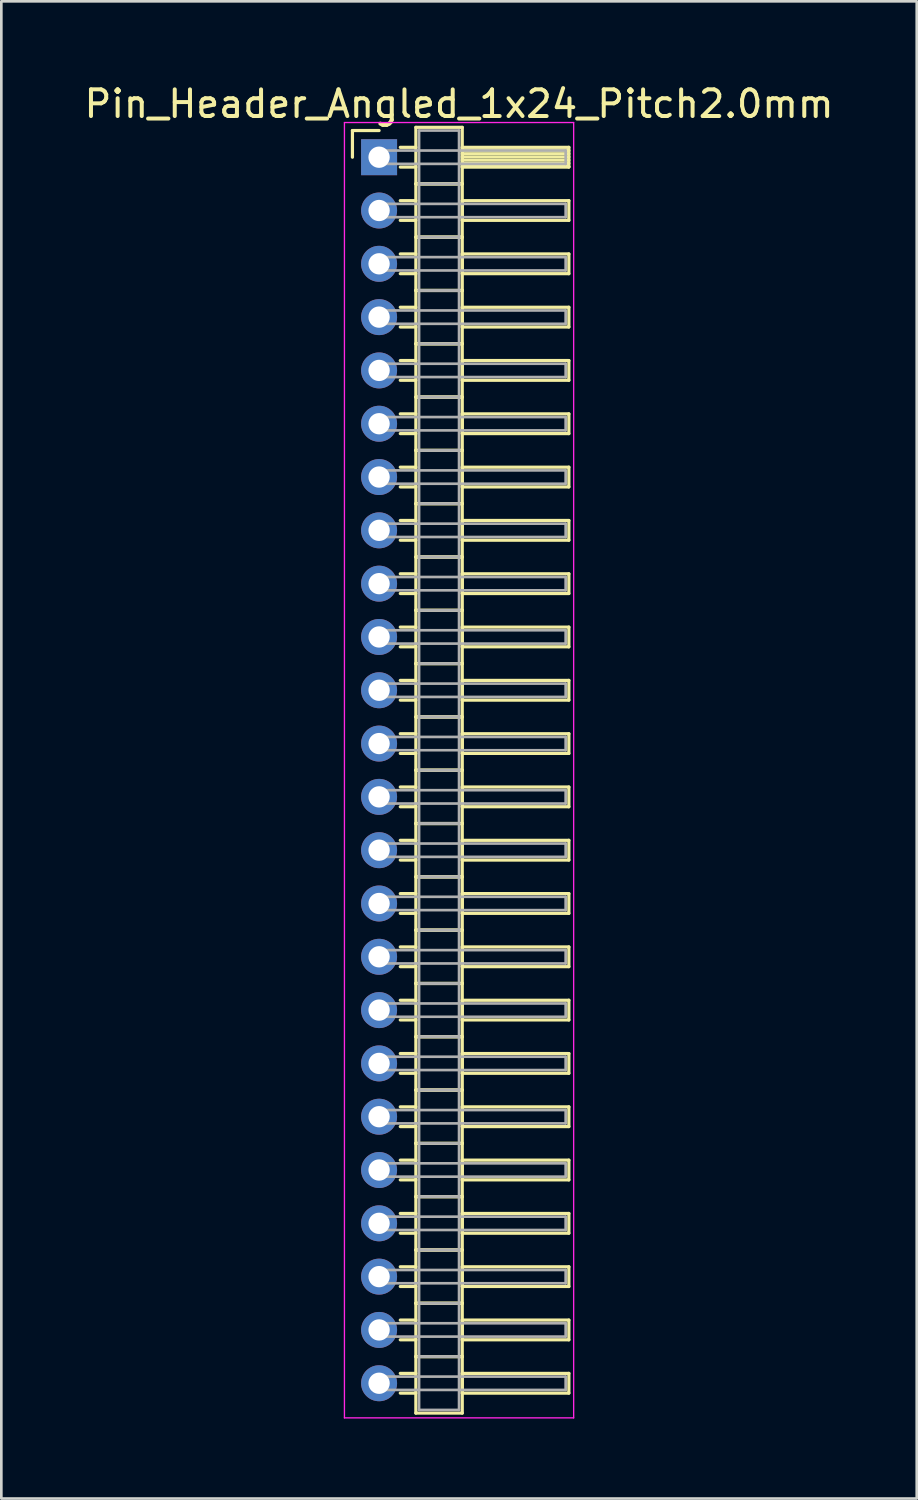
<source format=kicad_pcb>
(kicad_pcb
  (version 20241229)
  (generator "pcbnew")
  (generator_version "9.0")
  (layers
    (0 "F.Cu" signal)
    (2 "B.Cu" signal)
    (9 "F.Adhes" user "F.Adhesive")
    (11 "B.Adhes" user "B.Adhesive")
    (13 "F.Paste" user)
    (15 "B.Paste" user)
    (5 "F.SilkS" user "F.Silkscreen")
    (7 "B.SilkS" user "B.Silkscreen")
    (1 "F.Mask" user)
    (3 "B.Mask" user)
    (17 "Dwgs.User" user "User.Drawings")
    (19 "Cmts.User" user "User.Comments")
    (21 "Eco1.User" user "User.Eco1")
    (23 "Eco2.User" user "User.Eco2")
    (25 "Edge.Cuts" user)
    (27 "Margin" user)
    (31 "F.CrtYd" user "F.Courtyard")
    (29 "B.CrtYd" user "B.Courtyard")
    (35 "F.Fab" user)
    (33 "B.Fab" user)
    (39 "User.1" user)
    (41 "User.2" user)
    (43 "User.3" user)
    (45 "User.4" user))
  (footprint "Pin_Header_Angled_1x24_Pitch2.0mm"
    (layer "F.Cu")
    (at 11.173 2.848)
    (property "Reference" "Pin_Header_Angled_1x24_Pitch2.0mm" (at 3 -2 0) (layer "F.SilkS") (effects (font (size 1 1) (thickness 0.15))))
    (attr through_hole)
    (fp_line (start -1 -1) (end 0 -1) (stroke (width 0.12) (type solid)) (layer "F.SilkS"))
    (fp_line (start -1 0) (end -1 -1) (stroke (width 0.12) (type solid)) (layer "F.SilkS"))
    (fp_line (start 0.795 -0.37) (end 1.38 -0.37) (stroke (width 0.12) (type solid)) (layer "F.SilkS"))
    (fp_line (start 0.795 0.37) (end 1.38 0.37) (stroke (width 0.12) (type solid)) (layer "F.SilkS"))
    (fp_line (start 0.795 1.63) (end 1.38 1.63) (stroke (width 0.12) (type solid)) (layer "F.SilkS"))
    (fp_line (start 0.795 2.37) (end 1.38 2.37) (stroke (width 0.12) (type solid)) (layer "F.SilkS"))
    (fp_line (start 0.795 3.63) (end 1.38 3.63) (stroke (width 0.12) (type solid)) (layer "F.SilkS"))
    (fp_line (start 0.795 4.37) (end 1.38 4.37) (stroke (width 0.12) (type solid)) (layer "F.SilkS"))
    (fp_line (start 0.795 5.63) (end 1.38 5.63) (stroke (width 0.12) (type solid)) (layer "F.SilkS"))
    (fp_line (start 0.795 6.37) (end 1.38 6.37) (stroke (width 0.12) (type solid)) (layer "F.SilkS"))
    (fp_line (start 0.795 7.63) (end 1.38 7.63) (stroke (width 0.12) (type solid)) (layer "F.SilkS"))
    (fp_line (start 0.795 8.37) (end 1.38 8.37) (stroke (width 0.12) (type solid)) (layer "F.SilkS"))
    (fp_line (start 0.795 9.63) (end 1.38 9.63) (stroke (width 0.12) (type solid)) (layer "F.SilkS"))
    (fp_line (start 0.795 10.37) (end 1.38 10.37) (stroke (width 0.12) (type solid)) (layer "F.SilkS"))
    (fp_line (start 0.795 11.63) (end 1.38 11.63) (stroke (width 0.12) (type solid)) (layer "F.SilkS"))
    (fp_line (start 0.795 12.37) (end 1.38 12.37) (stroke (width 0.12) (type solid)) (layer "F.SilkS"))
    (fp_line (start 0.795 13.63) (end 1.38 13.63) (stroke (width 0.12) (type solid)) (layer "F.SilkS"))
    (fp_line (start 0.795 14.37) (end 1.38 14.37) (stroke (width 0.12) (type solid)) (layer "F.SilkS"))
    (fp_line (start 0.795 15.63) (end 1.38 15.63) (stroke (width 0.12) (type solid)) (layer "F.SilkS"))
    (fp_line (start 0.795 16.37) (end 1.38 16.37) (stroke (width 0.12) (type solid)) (layer "F.SilkS"))
    (fp_line (start 0.795 17.63) (end 1.38 17.63) (stroke (width 0.12) (type solid)) (layer "F.SilkS"))
    (fp_line (start 0.795 18.37) (end 1.38 18.37) (stroke (width 0.12) (type solid)) (layer "F.SilkS"))
    (fp_line (start 0.795 19.63) (end 1.38 19.63) (stroke (width 0.12) (type solid)) (layer "F.SilkS"))
    (fp_line (start 0.795 20.37) (end 1.38 20.37) (stroke (width 0.12) (type solid)) (layer "F.SilkS"))
    (fp_line (start 0.795 21.63) (end 1.38 21.63) (stroke (width 0.12) (type solid)) (layer "F.SilkS"))
    (fp_line (start 0.795 22.37) (end 1.38 22.37) (stroke (width 0.12) (type solid)) (layer "F.SilkS"))
    (fp_line (start 0.795 23.63) (end 1.38 23.63) (stroke (width 0.12) (type solid)) (layer "F.SilkS"))
    (fp_line (start 0.795 24.37) (end 1.38 24.37) (stroke (width 0.12) (type solid)) (layer "F.SilkS"))
    (fp_line (start 0.795 25.63) (end 1.38 25.63) (stroke (width 0.12) (type solid)) (layer "F.SilkS"))
    (fp_line (start 0.795 26.37) (end 1.38 26.37) (stroke (width 0.12) (type solid)) (layer "F.SilkS"))
    (fp_line (start 0.795 27.63) (end 1.38 27.63) (stroke (width 0.12) (type solid)) (layer "F.SilkS"))
    (fp_line (start 0.795 28.37) (end 1.38 28.37) (stroke (width 0.12) (type solid)) (layer "F.SilkS"))
    (fp_line (start 0.795 29.63) (end 1.38 29.63) (stroke (width 0.12) (type solid)) (layer "F.SilkS"))
    (fp_line (start 0.795 30.37) (end 1.38 30.37) (stroke (width 0.12) (type solid)) (layer "F.SilkS"))
    (fp_line (start 0.795 31.63) (end 1.38 31.63) (stroke (width 0.12) (type solid)) (layer "F.SilkS"))
    (fp_line (start 0.795 32.37) (end 1.38 32.37) (stroke (width 0.12) (type solid)) (layer "F.SilkS"))
    (fp_line (start 0.795 33.63) (end 1.38 33.63) (stroke (width 0.12) (type solid)) (layer "F.SilkS"))
    (fp_line (start 0.795 34.37) (end 1.38 34.37) (stroke (width 0.12) (type solid)) (layer "F.SilkS"))
    (fp_line (start 0.795 35.63) (end 1.38 35.63) (stroke (width 0.12) (type solid)) (layer "F.SilkS"))
    (fp_line (start 0.795 36.37) (end 1.38 36.37) (stroke (width 0.12) (type solid)) (layer "F.SilkS"))
    (fp_line (start 0.795 37.63) (end 1.38 37.63) (stroke (width 0.12) (type solid)) (layer "F.SilkS"))
    (fp_line (start 0.795 38.37) (end 1.38 38.37) (stroke (width 0.12) (type solid)) (layer "F.SilkS"))
    (fp_line (start 0.795 39.63) (end 1.38 39.63) (stroke (width 0.12) (type solid)) (layer "F.SilkS"))
    (fp_line (start 0.795 40.37) (end 1.38 40.37) (stroke (width 0.12) (type solid)) (layer "F.SilkS"))
    (fp_line (start 0.795 41.63) (end 1.38 41.63) (stroke (width 0.12) (type solid)) (layer "F.SilkS"))
    (fp_line (start 0.795 42.37) (end 1.38 42.37) (stroke (width 0.12) (type solid)) (layer "F.SilkS"))
    (fp_line (start 0.795 43.63) (end 1.38 43.63) (stroke (width 0.12) (type solid)) (layer "F.SilkS"))
    (fp_line (start 0.795 44.37) (end 1.38 44.37) (stroke (width 0.12) (type solid)) (layer "F.SilkS"))
    (fp_line (start 0.795 45.63) (end 1.38 45.63) (stroke (width 0.12) (type solid)) (layer "F.SilkS"))
    (fp_line (start 0.795 46.37) (end 1.38 46.37) (stroke (width 0.12) (type solid)) (layer "F.SilkS"))
    (fp_line (start 1.38 -1.12) (end 1.38 1) (stroke (width 0.12) (type solid)) (layer "F.SilkS"))
    (fp_line (start 1.38 1) (end 1.38 3) (stroke (width 0.12) (type solid)) (layer "F.SilkS"))
    (fp_line (start 1.38 1) (end 3.12 1) (stroke (width 0.12) (type solid)) (layer "F.SilkS"))
    (fp_line (start 1.38 3) (end 1.38 5) (stroke (width 0.12) (type solid)) (layer "F.SilkS"))
    (fp_line (start 1.38 3) (end 3.12 3) (stroke (width 0.12) (type solid)) (layer "F.SilkS"))
    (fp_line (start 1.38 5) (end 1.38 7) (stroke (width 0.12) (type solid)) (layer "F.SilkS"))
    (fp_line (start 1.38 5) (end 3.12 5) (stroke (width 0.12) (type solid)) (layer "F.SilkS"))
    (fp_line (start 1.38 7) (end 1.38 9) (stroke (width 0.12) (type solid)) (layer "F.SilkS"))
    (fp_line (start 1.38 7) (end 3.12 7) (stroke (width 0.12) (type solid)) (layer "F.SilkS"))
    (fp_line (start 1.38 9) (end 1.38 11) (stroke (width 0.12) (type solid)) (layer "F.SilkS"))
    (fp_line (start 1.38 9) (end 3.12 9) (stroke (width 0.12) (type solid)) (layer "F.SilkS"))
    (fp_line (start 1.38 11) (end 1.38 13) (stroke (width 0.12) (type solid)) (layer "F.SilkS"))
    (fp_line (start 1.38 11) (end 3.12 11) (stroke (width 0.12) (type solid)) (layer "F.SilkS"))
    (fp_line (start 1.38 13) (end 1.38 15) (stroke (width 0.12) (type solid)) (layer "F.SilkS"))
    (fp_line (start 1.38 13) (end 3.12 13) (stroke (width 0.12) (type solid)) (layer "F.SilkS"))
    (fp_line (start 1.38 15) (end 1.38 17) (stroke (width 0.12) (type solid)) (layer "F.SilkS"))
    (fp_line (start 1.38 15) (end 3.12 15) (stroke (width 0.12) (type solid)) (layer "F.SilkS"))
    (fp_line (start 1.38 17) (end 1.38 19) (stroke (width 0.12) (type solid)) (layer "F.SilkS"))
    (fp_line (start 1.38 17) (end 3.12 17) (stroke (width 0.12) (type solid)) (layer "F.SilkS"))
    (fp_line (start 1.38 19) (end 1.38 21) (stroke (width 0.12) (type solid)) (layer "F.SilkS"))
    (fp_line (start 1.38 19) (end 3.12 19) (stroke (width 0.12) (type solid)) (layer "F.SilkS"))
    (fp_line (start 1.38 21) (end 1.38 23) (stroke (width 0.12) (type solid)) (layer "F.SilkS"))
    (fp_line (start 1.38 21) (end 3.12 21) (stroke (width 0.12) (type solid)) (layer "F.SilkS"))
    (fp_line (start 1.38 23) (end 1.38 25) (stroke (width 0.12) (type solid)) (layer "F.SilkS"))
    (fp_line (start 1.38 23) (end 3.12 23) (stroke (width 0.12) (type solid)) (layer "F.SilkS"))
    (fp_line (start 1.38 25) (end 1.38 27) (stroke (width 0.12) (type solid)) (layer "F.SilkS"))
    (fp_line (start 1.38 25) (end 3.12 25) (stroke (width 0.12) (type solid)) (layer "F.SilkS"))
    (fp_line (start 1.38 27) (end 1.38 29) (stroke (width 0.12) (type solid)) (layer "F.SilkS"))
    (fp_line (start 1.38 27) (end 3.12 27) (stroke (width 0.12) (type solid)) (layer "F.SilkS"))
    (fp_line (start 1.38 29) (end 1.38 31) (stroke (width 0.12) (type solid)) (layer "F.SilkS"))
    (fp_line (start 1.38 29) (end 3.12 29) (stroke (width 0.12) (type solid)) (layer "F.SilkS"))
    (fp_line (start 1.38 31) (end 1.38 33) (stroke (width 0.12) (type solid)) (layer "F.SilkS"))
    (fp_line (start 1.38 31) (end 3.12 31) (stroke (width 0.12) (type solid)) (layer "F.SilkS"))
    (fp_line (start 1.38 33) (end 1.38 35) (stroke (width 0.12) (type solid)) (layer "F.SilkS"))
    (fp_line (start 1.38 33) (end 3.12 33) (stroke (width 0.12) (type solid)) (layer "F.SilkS"))
    (fp_line (start 1.38 35) (end 1.38 37) (stroke (width 0.12) (type solid)) (layer "F.SilkS"))
    (fp_line (start 1.38 35) (end 3.12 35) (stroke (width 0.12) (type solid)) (layer "F.SilkS"))
    (fp_line (start 1.38 37) (end 1.38 39) (stroke (width 0.12) (type solid)) (layer "F.SilkS"))
    (fp_line (start 1.38 37) (end 3.12 37) (stroke (width 0.12) (type solid)) (layer "F.SilkS"))
    (fp_line (start 1.38 39) (end 1.38 41) (stroke (width 0.12) (type solid)) (layer "F.SilkS"))
    (fp_line (start 1.38 39) (end 3.12 39) (stroke (width 0.12) (type solid)) (layer "F.SilkS"))
    (fp_line (start 1.38 41) (end 1.38 43) (stroke (width 0.12) (type solid)) (layer "F.SilkS"))
    (fp_line (start 1.38 41) (end 3.12 41) (stroke (width 0.12) (type solid)) (layer "F.SilkS"))
    (fp_line (start 1.38 43) (end 1.38 45) (stroke (width 0.12) (type solid)) (layer "F.SilkS"))
    (fp_line (start 1.38 43) (end 3.12 43) (stroke (width 0.12) (type solid)) (layer "F.SilkS"))
    (fp_line (start 1.38 45) (end 1.38 47.12) (stroke (width 0.12) (type solid)) (layer "F.SilkS"))
    (fp_line (start 1.38 45) (end 3.12 45) (stroke (width 0.12) (type solid)) (layer "F.SilkS"))
    (fp_line (start 1.38 47.12) (end 3.12 47.12) (stroke (width 0.12) (type solid)) (layer "F.SilkS"))
    (fp_line (start 3.12 -1.12) (end 1.38 -1.12) (stroke (width 0.12) (type solid)) (layer "F.SilkS"))
    (fp_line (start 3.12 -0.37) (end 3.12 0.37) (stroke (width 0.12) (type solid)) (layer "F.SilkS"))
    (fp_line (start 3.12 -0.25) (end 7.12 -0.25) (stroke (width 0.12) (type solid)) (layer "F.SilkS"))
    (fp_line (start 3.12 -0.13) (end 7.12 -0.13) (stroke (width 0.12) (type solid)) (layer "F.SilkS"))
    (fp_line (start 3.12 -0.01) (end 7.12 -0.01) (stroke (width 0.12) (type solid)) (layer "F.SilkS"))
    (fp_line (start 3.12 0.11) (end 7.12 0.11) (stroke (width 0.12) (type solid)) (layer "F.SilkS"))
    (fp_line (start 3.12 0.23) (end 7.12 0.23) (stroke (width 0.12) (type solid)) (layer "F.SilkS"))
    (fp_line (start 3.12 0.35) (end 7.12 0.35) (stroke (width 0.12) (type solid)) (layer "F.SilkS"))
    (fp_line (start 3.12 0.37) (end 7.12 0.37) (stroke (width 0.12) (type solid)) (layer "F.SilkS"))
    (fp_line (start 3.12 1) (end 1.38 1) (stroke (width 0.12) (type solid)) (layer "F.SilkS"))
    (fp_line (start 3.12 1) (end 3.12 -1.12) (stroke (width 0.12) (type solid)) (layer "F.SilkS"))
    (fp_line (start 3.12 1.63) (end 3.12 2.37) (stroke (width 0.12) (type solid)) (layer "F.SilkS"))
    (fp_line (start 3.12 2.37) (end 7.12 2.37) (stroke (width 0.12) (type solid)) (layer "F.SilkS"))
    (fp_line (start 3.12 3) (end 1.38 3) (stroke (width 0.12) (type solid)) (layer "F.SilkS"))
    (fp_line (start 3.12 3) (end 3.12 1) (stroke (width 0.12) (type solid)) (layer "F.SilkS"))
    (fp_line (start 3.12 3.63) (end 3.12 4.37) (stroke (width 0.12) (type solid)) (layer "F.SilkS"))
    (fp_line (start 3.12 4.37) (end 7.12 4.37) (stroke (width 0.12) (type solid)) (layer "F.SilkS"))
    (fp_line (start 3.12 5) (end 1.38 5) (stroke (width 0.12) (type solid)) (layer "F.SilkS"))
    (fp_line (start 3.12 5) (end 3.12 3) (stroke (width 0.12) (type solid)) (layer "F.SilkS"))
    (fp_line (start 3.12 5.63) (end 3.12 6.37) (stroke (width 0.12) (type solid)) (layer "F.SilkS"))
    (fp_line (start 3.12 6.37) (end 7.12 6.37) (stroke (width 0.12) (type solid)) (layer "F.SilkS"))
    (fp_line (start 3.12 7) (end 1.38 7) (stroke (width 0.12) (type solid)) (layer "F.SilkS"))
    (fp_line (start 3.12 7) (end 3.12 5) (stroke (width 0.12) (type solid)) (layer "F.SilkS"))
    (fp_line (start 3.12 7.63) (end 3.12 8.37) (stroke (width 0.12) (type solid)) (layer "F.SilkS"))
    (fp_line (start 3.12 8.37) (end 7.12 8.37) (stroke (width 0.12) (type solid)) (layer "F.SilkS"))
    (fp_line (start 3.12 9) (end 1.38 9) (stroke (width 0.12) (type solid)) (layer "F.SilkS"))
    (fp_line (start 3.12 9) (end 3.12 7) (stroke (width 0.12) (type solid)) (layer "F.SilkS"))
    (fp_line (start 3.12 9.63) (end 3.12 10.37) (stroke (width 0.12) (type solid)) (layer "F.SilkS"))
    (fp_line (start 3.12 10.37) (end 7.12 10.37) (stroke (width 0.12) (type solid)) (layer "F.SilkS"))
    (fp_line (start 3.12 11) (end 1.38 11) (stroke (width 0.12) (type solid)) (layer "F.SilkS"))
    (fp_line (start 3.12 11) (end 3.12 9) (stroke (width 0.12) (type solid)) (layer "F.SilkS"))
    (fp_line (start 3.12 11.63) (end 3.12 12.37) (stroke (width 0.12) (type solid)) (layer "F.SilkS"))
    (fp_line (start 3.12 12.37) (end 7.12 12.37) (stroke (width 0.12) (type solid)) (layer "F.SilkS"))
    (fp_line (start 3.12 13) (end 1.38 13) (stroke (width 0.12) (type solid)) (layer "F.SilkS"))
    (fp_line (start 3.12 13) (end 3.12 11) (stroke (width 0.12) (type solid)) (layer "F.SilkS"))
    (fp_line (start 3.12 13.63) (end 3.12 14.37) (stroke (width 0.12) (type solid)) (layer "F.SilkS"))
    (fp_line (start 3.12 14.37) (end 7.12 14.37) (stroke (width 0.12) (type solid)) (layer "F.SilkS"))
    (fp_line (start 3.12 15) (end 1.38 15) (stroke (width 0.12) (type solid)) (layer "F.SilkS"))
    (fp_line (start 3.12 15) (end 3.12 13) (stroke (width 0.12) (type solid)) (layer "F.SilkS"))
    (fp_line (start 3.12 15.63) (end 3.12 16.37) (stroke (width 0.12) (type solid)) (layer "F.SilkS"))
    (fp_line (start 3.12 16.37) (end 7.12 16.37) (stroke (width 0.12) (type solid)) (layer "F.SilkS"))
    (fp_line (start 3.12 17) (end 1.38 17) (stroke (width 0.12) (type solid)) (layer "F.SilkS"))
    (fp_line (start 3.12 17) (end 3.12 15) (stroke (width 0.12) (type solid)) (layer "F.SilkS"))
    (fp_line (start 3.12 17.63) (end 3.12 18.37) (stroke (width 0.12) (type solid)) (layer "F.SilkS"))
    (fp_line (start 3.12 18.37) (end 7.12 18.37) (stroke (width 0.12) (type solid)) (layer "F.SilkS"))
    (fp_line (start 3.12 19) (end 1.38 19) (stroke (width 0.12) (type solid)) (layer "F.SilkS"))
    (fp_line (start 3.12 19) (end 3.12 17) (stroke (width 0.12) (type solid)) (layer "F.SilkS"))
    (fp_line (start 3.12 19.63) (end 3.12 20.37) (stroke (width 0.12) (type solid)) (layer "F.SilkS"))
    (fp_line (start 3.12 20.37) (end 7.12 20.37) (stroke (width 0.12) (type solid)) (layer "F.SilkS"))
    (fp_line (start 3.12 21) (end 1.38 21) (stroke (width 0.12) (type solid)) (layer "F.SilkS"))
    (fp_line (start 3.12 21) (end 3.12 19) (stroke (width 0.12) (type solid)) (layer "F.SilkS"))
    (fp_line (start 3.12 21.63) (end 3.12 22.37) (stroke (width 0.12) (type solid)) (layer "F.SilkS"))
    (fp_line (start 3.12 22.37) (end 7.12 22.37) (stroke (width 0.12) (type solid)) (layer "F.SilkS"))
    (fp_line (start 3.12 23) (end 1.38 23) (stroke (width 0.12) (type solid)) (layer "F.SilkS"))
    (fp_line (start 3.12 23) (end 3.12 21) (stroke (width 0.12) (type solid)) (layer "F.SilkS"))
    (fp_line (start 3.12 23.63) (end 3.12 24.37) (stroke (width 0.12) (type solid)) (layer "F.SilkS"))
    (fp_line (start 3.12 24.37) (end 7.12 24.37) (stroke (width 0.12) (type solid)) (layer "F.SilkS"))
    (fp_line (start 3.12 25) (end 1.38 25) (stroke (width 0.12) (type solid)) (layer "F.SilkS"))
    (fp_line (start 3.12 25) (end 3.12 23) (stroke (width 0.12) (type solid)) (layer "F.SilkS"))
    (fp_line (start 3.12 25.63) (end 3.12 26.37) (stroke (width 0.12) (type solid)) (layer "F.SilkS"))
    (fp_line (start 3.12 26.37) (end 7.12 26.37) (stroke (width 0.12) (type solid)) (layer "F.SilkS"))
    (fp_line (start 3.12 27) (end 1.38 27) (stroke (width 0.12) (type solid)) (layer "F.SilkS"))
    (fp_line (start 3.12 27) (end 3.12 25) (stroke (width 0.12) (type solid)) (layer "F.SilkS"))
    (fp_line (start 3.12 27.63) (end 3.12 28.37) (stroke (width 0.12) (type solid)) (layer "F.SilkS"))
    (fp_line (start 3.12 28.37) (end 7.12 28.37) (stroke (width 0.12) (type solid)) (layer "F.SilkS"))
    (fp_line (start 3.12 29) (end 1.38 29) (stroke (width 0.12) (type solid)) (layer "F.SilkS"))
    (fp_line (start 3.12 29) (end 3.12 27) (stroke (width 0.12) (type solid)) (layer "F.SilkS"))
    (fp_line (start 3.12 29.63) (end 3.12 30.37) (stroke (width 0.12) (type solid)) (layer "F.SilkS"))
    (fp_line (start 3.12 30.37) (end 7.12 30.37) (stroke (width 0.12) (type solid)) (layer "F.SilkS"))
    (fp_line (start 3.12 31) (end 1.38 31) (stroke (width 0.12) (type solid)) (layer "F.SilkS"))
    (fp_line (start 3.12 31) (end 3.12 29) (stroke (width 0.12) (type solid)) (layer "F.SilkS"))
    (fp_line (start 3.12 31.63) (end 3.12 32.37) (stroke (width 0.12) (type solid)) (layer "F.SilkS"))
    (fp_line (start 3.12 32.37) (end 7.12 32.37) (stroke (width 0.12) (type solid)) (layer "F.SilkS"))
    (fp_line (start 3.12 33) (end 1.38 33) (stroke (width 0.12) (type solid)) (layer "F.SilkS"))
    (fp_line (start 3.12 33) (end 3.12 31) (stroke (width 0.12) (type solid)) (layer "F.SilkS"))
    (fp_line (start 3.12 33.63) (end 3.12 34.37) (stroke (width 0.12) (type solid)) (layer "F.SilkS"))
    (fp_line (start 3.12 34.37) (end 7.12 34.37) (stroke (width 0.12) (type solid)) (layer "F.SilkS"))
    (fp_line (start 3.12 35) (end 1.38 35) (stroke (width 0.12) (type solid)) (layer "F.SilkS"))
    (fp_line (start 3.12 35) (end 3.12 33) (stroke (width 0.12) (type solid)) (layer "F.SilkS"))
    (fp_line (start 3.12 35.63) (end 3.12 36.37) (stroke (width 0.12) (type solid)) (layer "F.SilkS"))
    (fp_line (start 3.12 36.37) (end 7.12 36.37) (stroke (width 0.12) (type solid)) (layer "F.SilkS"))
    (fp_line (start 3.12 37) (end 1.38 37) (stroke (width 0.12) (type solid)) (layer "F.SilkS"))
    (fp_line (start 3.12 37) (end 3.12 35) (stroke (width 0.12) (type solid)) (layer "F.SilkS"))
    (fp_line (start 3.12 37.63) (end 3.12 38.37) (stroke (width 0.12) (type solid)) (layer "F.SilkS"))
    (fp_line (start 3.12 38.37) (end 7.12 38.37) (stroke (width 0.12) (type solid)) (layer "F.SilkS"))
    (fp_line (start 3.12 39) (end 1.38 39) (stroke (width 0.12) (type solid)) (layer "F.SilkS"))
    (fp_line (start 3.12 39) (end 3.12 37) (stroke (width 0.12) (type solid)) (layer "F.SilkS"))
    (fp_line (start 3.12 39.63) (end 3.12 40.37) (stroke (width 0.12) (type solid)) (layer "F.SilkS"))
    (fp_line (start 3.12 40.37) (end 7.12 40.37) (stroke (width 0.12) (type solid)) (layer "F.SilkS"))
    (fp_line (start 3.12 41) (end 1.38 41) (stroke (width 0.12) (type solid)) (layer "F.SilkS"))
    (fp_line (start 3.12 41) (end 3.12 39) (stroke (width 0.12) (type solid)) (layer "F.SilkS"))
    (fp_line (start 3.12 41.63) (end 3.12 42.37) (stroke (width 0.12) (type solid)) (layer "F.SilkS"))
    (fp_line (start 3.12 42.37) (end 7.12 42.37) (stroke (width 0.12) (type solid)) (layer "F.SilkS"))
    (fp_line (start 3.12 43) (end 1.38 43) (stroke (width 0.12) (type solid)) (layer "F.SilkS"))
    (fp_line (start 3.12 43) (end 3.12 41) (stroke (width 0.12) (type solid)) (layer "F.SilkS"))
    (fp_line (start 3.12 43.63) (end 3.12 44.37) (stroke (width 0.12) (type solid)) (layer "F.SilkS"))
    (fp_line (start 3.12 44.37) (end 7.12 44.37) (stroke (width 0.12) (type solid)) (layer "F.SilkS"))
    (fp_line (start 3.12 45) (end 1.38 45) (stroke (width 0.12) (type solid)) (layer "F.SilkS"))
    (fp_line (start 3.12 45) (end 3.12 43) (stroke (width 0.12) (type solid)) (layer "F.SilkS"))
    (fp_line (start 3.12 45.63) (end 3.12 46.37) (stroke (width 0.12) (type solid)) (layer "F.SilkS"))
    (fp_line (start 3.12 46.37) (end 7.12 46.37) (stroke (width 0.12) (type solid)) (layer "F.SilkS"))
    (fp_line (start 3.12 47.12) (end 3.12 45) (stroke (width 0.12) (type solid)) (layer "F.SilkS"))
    (fp_line (start 7.12 -0.37) (end 3.12 -0.37) (stroke (width 0.12) (type solid)) (layer "F.SilkS"))
    (fp_line (start 7.12 0.37) (end 7.12 -0.37) (stroke (width 0.12) (type solid)) (layer "F.SilkS"))
    (fp_line (start 7.12 1.63) (end 3.12 1.63) (stroke (width 0.12) (type solid)) (layer "F.SilkS"))
    (fp_line (start 7.12 2.37) (end 7.12 1.63) (stroke (width 0.12) (type solid)) (layer "F.SilkS"))
    (fp_line (start 7.12 3.63) (end 3.12 3.63) (stroke (width 0.12) (type solid)) (layer "F.SilkS"))
    (fp_line (start 7.12 4.37) (end 7.12 3.63) (stroke (width 0.12) (type solid)) (layer "F.SilkS"))
    (fp_line (start 7.12 5.63) (end 3.12 5.63) (stroke (width 0.12) (type solid)) (layer "F.SilkS"))
    (fp_line (start 7.12 6.37) (end 7.12 5.63) (stroke (width 0.12) (type solid)) (layer "F.SilkS"))
    (fp_line (start 7.12 7.63) (end 3.12 7.63) (stroke (width 0.12) (type solid)) (layer "F.SilkS"))
    (fp_line (start 7.12 8.37) (end 7.12 7.63) (stroke (width 0.12) (type solid)) (layer "F.SilkS"))
    (fp_line (start 7.12 9.63) (end 3.12 9.63) (stroke (width 0.12) (type solid)) (layer "F.SilkS"))
    (fp_line (start 7.12 10.37) (end 7.12 9.63) (stroke (width 0.12) (type solid)) (layer "F.SilkS"))
    (fp_line (start 7.12 11.63) (end 3.12 11.63) (stroke (width 0.12) (type solid)) (layer "F.SilkS"))
    (fp_line (start 7.12 12.37) (end 7.12 11.63) (stroke (width 0.12) (type solid)) (layer "F.SilkS"))
    (fp_line (start 7.12 13.63) (end 3.12 13.63) (stroke (width 0.12) (type solid)) (layer "F.SilkS"))
    (fp_line (start 7.12 14.37) (end 7.12 13.63) (stroke (width 0.12) (type solid)) (layer "F.SilkS"))
    (fp_line (start 7.12 15.63) (end 3.12 15.63) (stroke (width 0.12) (type solid)) (layer "F.SilkS"))
    (fp_line (start 7.12 16.37) (end 7.12 15.63) (stroke (width 0.12) (type solid)) (layer "F.SilkS"))
    (fp_line (start 7.12 17.63) (end 3.12 17.63) (stroke (width 0.12) (type solid)) (layer "F.SilkS"))
    (fp_line (start 7.12 18.37) (end 7.12 17.63) (stroke (width 0.12) (type solid)) (layer "F.SilkS"))
    (fp_line (start 7.12 19.63) (end 3.12 19.63) (stroke (width 0.12) (type solid)) (layer "F.SilkS"))
    (fp_line (start 7.12 20.37) (end 7.12 19.63) (stroke (width 0.12) (type solid)) (layer "F.SilkS"))
    (fp_line (start 7.12 21.63) (end 3.12 21.63) (stroke (width 0.12) (type solid)) (layer "F.SilkS"))
    (fp_line (start 7.12 22.37) (end 7.12 21.63) (stroke (width 0.12) (type solid)) (layer "F.SilkS"))
    (fp_line (start 7.12 23.63) (end 3.12 23.63) (stroke (width 0.12) (type solid)) (layer "F.SilkS"))
    (fp_line (start 7.12 24.37) (end 7.12 23.63) (stroke (width 0.12) (type solid)) (layer "F.SilkS"))
    (fp_line (start 7.12 25.63) (end 3.12 25.63) (stroke (width 0.12) (type solid)) (layer "F.SilkS"))
    (fp_line (start 7.12 26.37) (end 7.12 25.63) (stroke (width 0.12) (type solid)) (layer "F.SilkS"))
    (fp_line (start 7.12 27.63) (end 3.12 27.63) (stroke (width 0.12) (type solid)) (layer "F.SilkS"))
    (fp_line (start 7.12 28.37) (end 7.12 27.63) (stroke (width 0.12) (type solid)) (layer "F.SilkS"))
    (fp_line (start 7.12 29.63) (end 3.12 29.63) (stroke (width 0.12) (type solid)) (layer "F.SilkS"))
    (fp_line (start 7.12 30.37) (end 7.12 29.63) (stroke (width 0.12) (type solid)) (layer "F.SilkS"))
    (fp_line (start 7.12 31.63) (end 3.12 31.63) (stroke (width 0.12) (type solid)) (layer "F.SilkS"))
    (fp_line (start 7.12 32.37) (end 7.12 31.63) (stroke (width 0.12) (type solid)) (layer "F.SilkS"))
    (fp_line (start 7.12 33.63) (end 3.12 33.63) (stroke (width 0.12) (type solid)) (layer "F.SilkS"))
    (fp_line (start 7.12 34.37) (end 7.12 33.63) (stroke (width 0.12) (type solid)) (layer "F.SilkS"))
    (fp_line (start 7.12 35.63) (end 3.12 35.63) (stroke (width 0.12) (type solid)) (layer "F.SilkS"))
    (fp_line (start 7.12 36.37) (end 7.12 35.63) (stroke (width 0.12) (type solid)) (layer "F.SilkS"))
    (fp_line (start 7.12 37.63) (end 3.12 37.63) (stroke (width 0.12) (type solid)) (layer "F.SilkS"))
    (fp_line (start 7.12 38.37) (end 7.12 37.63) (stroke (width 0.12) (type solid)) (layer "F.SilkS"))
    (fp_line (start 7.12 39.63) (end 3.12 39.63) (stroke (width 0.12) (type solid)) (layer "F.SilkS"))
    (fp_line (start 7.12 40.37) (end 7.12 39.63) (stroke (width 0.12) (type solid)) (layer "F.SilkS"))
    (fp_line (start 7.12 41.63) (end 3.12 41.63) (stroke (width 0.12) (type solid)) (layer "F.SilkS"))
    (fp_line (start 7.12 42.37) (end 7.12 41.63) (stroke (width 0.12) (type solid)) (layer "F.SilkS"))
    (fp_line (start 7.12 43.63) (end 3.12 43.63) (stroke (width 0.12) (type solid)) (layer "F.SilkS"))
    (fp_line (start 7.12 44.37) (end 7.12 43.63) (stroke (width 0.12) (type solid)) (layer "F.SilkS"))
    (fp_line (start 7.12 45.63) (end 3.12 45.63) (stroke (width 0.12) (type solid)) (layer "F.SilkS"))
    (fp_line (start 7.12 46.37) (end 7.12 45.63) (stroke (width 0.12) (type solid)) (layer "F.SilkS"))
    (fp_line (start -1.3 -1.3) (end -1.3 47.3) (stroke (width 0.05) (type solid)) (layer "F.CrtYd"))
    (fp_line (start -1.3 47.3) (end 7.3 47.3) (stroke (width 0.05) (type solid)) (layer "F.CrtYd"))
    (fp_line (start 7.3 -1.3) (end -1.3 -1.3) (stroke (width 0.05) (type solid)) (layer "F.CrtYd"))
    (fp_line (start 7.3 47.3) (end 7.3 -1.3) (stroke (width 0.05) (type solid)) (layer "F.CrtYd"))
    (fp_line (start 0 -0.25) (end 0 0.25) (stroke (width 0.1) (type solid)) (layer "F.Fab"))
    (fp_line (start 0 0.25) (end 7 0.25) (stroke (width 0.1) (type solid)) (layer "F.Fab"))
    (fp_line (start 0 1.75) (end 0 2.25) (stroke (width 0.1) (type solid)) (layer "F.Fab"))
    (fp_line (start 0 2.25) (end 7 2.25) (stroke (width 0.1) (type solid)) (layer "F.Fab"))
    (fp_line (start 0 3.75) (end 0 4.25) (stroke (width 0.1) (type solid)) (layer "F.Fab"))
    (fp_line (start 0 4.25) (end 7 4.25) (stroke (width 0.1) (type solid)) (layer "F.Fab"))
    (fp_line (start 0 5.75) (end 0 6.25) (stroke (width 0.1) (type solid)) (layer "F.Fab"))
    (fp_line (start 0 6.25) (end 7 6.25) (stroke (width 0.1) (type solid)) (layer "F.Fab"))
    (fp_line (start 0 7.75) (end 0 8.25) (stroke (width 0.1) (type solid)) (layer "F.Fab"))
    (fp_line (start 0 8.25) (end 7 8.25) (stroke (width 0.1) (type solid)) (layer "F.Fab"))
    (fp_line (start 0 9.75) (end 0 10.25) (stroke (width 0.1) (type solid)) (layer "F.Fab"))
    (fp_line (start 0 10.25) (end 7 10.25) (stroke (width 0.1) (type solid)) (layer "F.Fab"))
    (fp_line (start 0 11.75) (end 0 12.25) (stroke (width 0.1) (type solid)) (layer "F.Fab"))
    (fp_line (start 0 12.25) (end 7 12.25) (stroke (width 0.1) (type solid)) (layer "F.Fab"))
    (fp_line (start 0 13.75) (end 0 14.25) (stroke (width 0.1) (type solid)) (layer "F.Fab"))
    (fp_line (start 0 14.25) (end 7 14.25) (stroke (width 0.1) (type solid)) (layer "F.Fab"))
    (fp_line (start 0 15.75) (end 0 16.25) (stroke (width 0.1) (type solid)) (layer "F.Fab"))
    (fp_line (start 0 16.25) (end 7 16.25) (stroke (width 0.1) (type solid)) (layer "F.Fab"))
    (fp_line (start 0 17.75) (end 0 18.25) (stroke (width 0.1) (type solid)) (layer "F.Fab"))
    (fp_line (start 0 18.25) (end 7 18.25) (stroke (width 0.1) (type solid)) (layer "F.Fab"))
    (fp_line (start 0 19.75) (end 0 20.25) (stroke (width 0.1) (type solid)) (layer "F.Fab"))
    (fp_line (start 0 20.25) (end 7 20.25) (stroke (width 0.1) (type solid)) (layer "F.Fab"))
    (fp_line (start 0 21.75) (end 0 22.25) (stroke (width 0.1) (type solid)) (layer "F.Fab"))
    (fp_line (start 0 22.25) (end 7 22.25) (stroke (width 0.1) (type solid)) (layer "F.Fab"))
    (fp_line (start 0 23.75) (end 0 24.25) (stroke (width 0.1) (type solid)) (layer "F.Fab"))
    (fp_line (start 0 24.25) (end 7 24.25) (stroke (width 0.1) (type solid)) (layer "F.Fab"))
    (fp_line (start 0 25.75) (end 0 26.25) (stroke (width 0.1) (type solid)) (layer "F.Fab"))
    (fp_line (start 0 26.25) (end 7 26.25) (stroke (width 0.1) (type solid)) (layer "F.Fab"))
    (fp_line (start 0 27.75) (end 0 28.25) (stroke (width 0.1) (type solid)) (layer "F.Fab"))
    (fp_line (start 0 28.25) (end 7 28.25) (stroke (width 0.1) (type solid)) (layer "F.Fab"))
    (fp_line (start 0 29.75) (end 0 30.25) (stroke (width 0.1) (type solid)) (layer "F.Fab"))
    (fp_line (start 0 30.25) (end 7 30.25) (stroke (width 0.1) (type solid)) (layer "F.Fab"))
    (fp_line (start 0 31.75) (end 0 32.25) (stroke (width 0.1) (type solid)) (layer "F.Fab"))
    (fp_line (start 0 32.25) (end 7 32.25) (stroke (width 0.1) (type solid)) (layer "F.Fab"))
    (fp_line (start 0 33.75) (end 0 34.25) (stroke (width 0.1) (type solid)) (layer "F.Fab"))
    (fp_line (start 0 34.25) (end 7 34.25) (stroke (width 0.1) (type solid)) (layer "F.Fab"))
    (fp_line (start 0 35.75) (end 0 36.25) (stroke (width 0.1) (type solid)) (layer "F.Fab"))
    (fp_line (start 0 36.25) (end 7 36.25) (stroke (width 0.1) (type solid)) (layer "F.Fab"))
    (fp_line (start 0 37.75) (end 0 38.25) (stroke (width 0.1) (type solid)) (layer "F.Fab"))
    (fp_line (start 0 38.25) (end 7 38.25) (stroke (width 0.1) (type solid)) (layer "F.Fab"))
    (fp_line (start 0 39.75) (end 0 40.25) (stroke (width 0.1) (type solid)) (layer "F.Fab"))
    (fp_line (start 0 40.25) (end 7 40.25) (stroke (width 0.1) (type solid)) (layer "F.Fab"))
    (fp_line (start 0 41.75) (end 0 42.25) (stroke (width 0.1) (type solid)) (layer "F.Fab"))
    (fp_line (start 0 42.25) (end 7 42.25) (stroke (width 0.1) (type solid)) (layer "F.Fab"))
    (fp_line (start 0 43.75) (end 0 44.25) (stroke (width 0.1) (type solid)) (layer "F.Fab"))
    (fp_line (start 0 44.25) (end 7 44.25) (stroke (width 0.1) (type solid)) (layer "F.Fab"))
    (fp_line (start 0 45.75) (end 0 46.25) (stroke (width 0.1) (type solid)) (layer "F.Fab"))
    (fp_line (start 0 46.25) (end 7 46.25) (stroke (width 0.1) (type solid)) (layer "F.Fab"))
    (fp_line (start 1.5 -1) (end 1.5 1) (stroke (width 0.1) (type solid)) (layer "F.Fab"))
    (fp_line (start 1.5 1) (end 1.5 3) (stroke (width 0.1) (type solid)) (layer "F.Fab"))
    (fp_line (start 1.5 1) (end 3 1) (stroke (width 0.1) (type solid)) (layer "F.Fab"))
    (fp_line (start 1.5 3) (end 1.5 5) (stroke (width 0.1) (type solid)) (layer "F.Fab"))
    (fp_line (start 1.5 3) (end 3 3) (stroke (width 0.1) (type solid)) (layer "F.Fab"))
    (fp_line (start 1.5 5) (end 1.5 7) (stroke (width 0.1) (type solid)) (layer "F.Fab"))
    (fp_line (start 1.5 5) (end 3 5) (stroke (width 0.1) (type solid)) (layer "F.Fab"))
    (fp_line (start 1.5 7) (end 1.5 9) (stroke (width 0.1) (type solid)) (layer "F.Fab"))
    (fp_line (start 1.5 7) (end 3 7) (stroke (width 0.1) (type solid)) (layer "F.Fab"))
    (fp_line (start 1.5 9) (end 1.5 11) (stroke (width 0.1) (type solid)) (layer "F.Fab"))
    (fp_line (start 1.5 9) (end 3 9) (stroke (width 0.1) (type solid)) (layer "F.Fab"))
    (fp_line (start 1.5 11) (end 1.5 13) (stroke (width 0.1) (type solid)) (layer "F.Fab"))
    (fp_line (start 1.5 11) (end 3 11) (stroke (width 0.1) (type solid)) (layer "F.Fab"))
    (fp_line (start 1.5 13) (end 1.5 15) (stroke (width 0.1) (type solid)) (layer "F.Fab"))
    (fp_line (start 1.5 13) (end 3 13) (stroke (width 0.1) (type solid)) (layer "F.Fab"))
    (fp_line (start 1.5 15) (end 1.5 17) (stroke (width 0.1) (type solid)) (layer "F.Fab"))
    (fp_line (start 1.5 15) (end 3 15) (stroke (width 0.1) (type solid)) (layer "F.Fab"))
    (fp_line (start 1.5 17) (end 1.5 19) (stroke (width 0.1) (type solid)) (layer "F.Fab"))
    (fp_line (start 1.5 17) (end 3 17) (stroke (width 0.1) (type solid)) (layer "F.Fab"))
    (fp_line (start 1.5 19) (end 1.5 21) (stroke (width 0.1) (type solid)) (layer "F.Fab"))
    (fp_line (start 1.5 19) (end 3 19) (stroke (width 0.1) (type solid)) (layer "F.Fab"))
    (fp_line (start 1.5 21) (end 1.5 23) (stroke (width 0.1) (type solid)) (layer "F.Fab"))
    (fp_line (start 1.5 21) (end 3 21) (stroke (width 0.1) (type solid)) (layer "F.Fab"))
    (fp_line (start 1.5 23) (end 1.5 25) (stroke (width 0.1) (type solid)) (layer "F.Fab"))
    (fp_line (start 1.5 23) (end 3 23) (stroke (width 0.1) (type solid)) (layer "F.Fab"))
    (fp_line (start 1.5 25) (end 1.5 27) (stroke (width 0.1) (type solid)) (layer "F.Fab"))
    (fp_line (start 1.5 25) (end 3 25) (stroke (width 0.1) (type solid)) (layer "F.Fab"))
    (fp_line (start 1.5 27) (end 1.5 29) (stroke (width 0.1) (type solid)) (layer "F.Fab"))
    (fp_line (start 1.5 27) (end 3 27) (stroke (width 0.1) (type solid)) (layer "F.Fab"))
    (fp_line (start 1.5 29) (end 1.5 31) (stroke (width 0.1) (type solid)) (layer "F.Fab"))
    (fp_line (start 1.5 29) (end 3 29) (stroke (width 0.1) (type solid)) (layer "F.Fab"))
    (fp_line (start 1.5 31) (end 1.5 33) (stroke (width 0.1) (type solid)) (layer "F.Fab"))
    (fp_line (start 1.5 31) (end 3 31) (stroke (width 0.1) (type solid)) (layer "F.Fab"))
    (fp_line (start 1.5 33) (end 1.5 35) (stroke (width 0.1) (type solid)) (layer "F.Fab"))
    (fp_line (start 1.5 33) (end 3 33) (stroke (width 0.1) (type solid)) (layer "F.Fab"))
    (fp_line (start 1.5 35) (end 1.5 37) (stroke (width 0.1) (type solid)) (layer "F.Fab"))
    (fp_line (start 1.5 35) (end 3 35) (stroke (width 0.1) (type solid)) (layer "F.Fab"))
    (fp_line (start 1.5 37) (end 1.5 39) (stroke (width 0.1) (type solid)) (layer "F.Fab"))
    (fp_line (start 1.5 37) (end 3 37) (stroke (width 0.1) (type solid)) (layer "F.Fab"))
    (fp_line (start 1.5 39) (end 1.5 41) (stroke (width 0.1) (type solid)) (layer "F.Fab"))
    (fp_line (start 1.5 39) (end 3 39) (stroke (width 0.1) (type solid)) (layer "F.Fab"))
    (fp_line (start 1.5 41) (end 1.5 43) (stroke (width 0.1) (type solid)) (layer "F.Fab"))
    (fp_line (start 1.5 41) (end 3 41) (stroke (width 0.1) (type solid)) (layer "F.Fab"))
    (fp_line (start 1.5 43) (end 1.5 45) (stroke (width 0.1) (type solid)) (layer "F.Fab"))
    (fp_line (start 1.5 43) (end 3 43) (stroke (width 0.1) (type solid)) (layer "F.Fab"))
    (fp_line (start 1.5 45) (end 1.5 47) (stroke (width 0.1) (type solid)) (layer "F.Fab"))
    (fp_line (start 1.5 45) (end 3 45) (stroke (width 0.1) (type solid)) (layer "F.Fab"))
    (fp_line (start 1.5 47) (end 3 47) (stroke (width 0.1) (type solid)) (layer "F.Fab"))
    (fp_line (start 3 -1) (end 1.5 -1) (stroke (width 0.1) (type solid)) (layer "F.Fab"))
    (fp_line (start 3 1) (end 1.5 1) (stroke (width 0.1) (type solid)) (layer "F.Fab"))
    (fp_line (start 3 1) (end 3 -1) (stroke (width 0.1) (type solid)) (layer "F.Fab"))
    (fp_line (start 3 3) (end 1.5 3) (stroke (width 0.1) (type solid)) (layer "F.Fab"))
    (fp_line (start 3 3) (end 3 1) (stroke (width 0.1) (type solid)) (layer "F.Fab"))
    (fp_line (start 3 5) (end 1.5 5) (stroke (width 0.1) (type solid)) (layer "F.Fab"))
    (fp_line (start 3 5) (end 3 3) (stroke (width 0.1) (type solid)) (layer "F.Fab"))
    (fp_line (start 3 7) (end 1.5 7) (stroke (width 0.1) (type solid)) (layer "F.Fab"))
    (fp_line (start 3 7) (end 3 5) (stroke (width 0.1) (type solid)) (layer "F.Fab"))
    (fp_line (start 3 9) (end 1.5 9) (stroke (width 0.1) (type solid)) (layer "F.Fab"))
    (fp_line (start 3 9) (end 3 7) (stroke (width 0.1) (type solid)) (layer "F.Fab"))
    (fp_line (start 3 11) (end 1.5 11) (stroke (width 0.1) (type solid)) (layer "F.Fab"))
    (fp_line (start 3 11) (end 3 9) (stroke (width 0.1) (type solid)) (layer "F.Fab"))
    (fp_line (start 3 13) (end 1.5 13) (stroke (width 0.1) (type solid)) (layer "F.Fab"))
    (fp_line (start 3 13) (end 3 11) (stroke (width 0.1) (type solid)) (layer "F.Fab"))
    (fp_line (start 3 15) (end 1.5 15) (stroke (width 0.1) (type solid)) (layer "F.Fab"))
    (fp_line (start 3 15) (end 3 13) (stroke (width 0.1) (type solid)) (layer "F.Fab"))
    (fp_line (start 3 17) (end 1.5 17) (stroke (width 0.1) (type solid)) (layer "F.Fab"))
    (fp_line (start 3 17) (end 3 15) (stroke (width 0.1) (type solid)) (layer "F.Fab"))
    (fp_line (start 3 19) (end 1.5 19) (stroke (width 0.1) (type solid)) (layer "F.Fab"))
    (fp_line (start 3 19) (end 3 17) (stroke (width 0.1) (type solid)) (layer "F.Fab"))
    (fp_line (start 3 21) (end 1.5 21) (stroke (width 0.1) (type solid)) (layer "F.Fab"))
    (fp_line (start 3 21) (end 3 19) (stroke (width 0.1) (type solid)) (layer "F.Fab"))
    (fp_line (start 3 23) (end 1.5 23) (stroke (width 0.1) (type solid)) (layer "F.Fab"))
    (fp_line (start 3 23) (end 3 21) (stroke (width 0.1) (type solid)) (layer "F.Fab"))
    (fp_line (start 3 25) (end 1.5 25) (stroke (width 0.1) (type solid)) (layer "F.Fab"))
    (fp_line (start 3 25) (end 3 23) (stroke (width 0.1) (type solid)) (layer "F.Fab"))
    (fp_line (start 3 27) (end 1.5 27) (stroke (width 0.1) (type solid)) (layer "F.Fab"))
    (fp_line (start 3 27) (end 3 25) (stroke (width 0.1) (type solid)) (layer "F.Fab"))
    (fp_line (start 3 29) (end 1.5 29) (stroke (width 0.1) (type solid)) (layer "F.Fab"))
    (fp_line (start 3 29) (end 3 27) (stroke (width 0.1) (type solid)) (layer "F.Fab"))
    (fp_line (start 3 31) (end 1.5 31) (stroke (width 0.1) (type solid)) (layer "F.Fab"))
    (fp_line (start 3 31) (end 3 29) (stroke (width 0.1) (type solid)) (layer "F.Fab"))
    (fp_line (start 3 33) (end 1.5 33) (stroke (width 0.1) (type solid)) (layer "F.Fab"))
    (fp_line (start 3 33) (end 3 31) (stroke (width 0.1) (type solid)) (layer "F.Fab"))
    (fp_line (start 3 35) (end 1.5 35) (stroke (width 0.1) (type solid)) (layer "F.Fab"))
    (fp_line (start 3 35) (end 3 33) (stroke (width 0.1) (type solid)) (layer "F.Fab"))
    (fp_line (start 3 37) (end 1.5 37) (stroke (width 0.1) (type solid)) (layer "F.Fab"))
    (fp_line (start 3 37) (end 3 35) (stroke (width 0.1) (type solid)) (layer "F.Fab"))
    (fp_line (start 3 39) (end 1.5 39) (stroke (width 0.1) (type solid)) (layer "F.Fab"))
    (fp_line (start 3 39) (end 3 37) (stroke (width 0.1) (type solid)) (layer "F.Fab"))
    (fp_line (start 3 41) (end 1.5 41) (stroke (width 0.1) (type solid)) (layer "F.Fab"))
    (fp_line (start 3 41) (end 3 39) (stroke (width 0.1) (type solid)) (layer "F.Fab"))
    (fp_line (start 3 43) (end 1.5 43) (stroke (width 0.1) (type solid)) (layer "F.Fab"))
    (fp_line (start 3 43) (end 3 41) (stroke (width 0.1) (type solid)) (layer "F.Fab"))
    (fp_line (start 3 45) (end 1.5 45) (stroke (width 0.1) (type solid)) (layer "F.Fab"))
    (fp_line (start 3 45) (end 3 43) (stroke (width 0.1) (type solid)) (layer "F.Fab"))
    (fp_line (start 3 47) (end 3 45) (stroke (width 0.1) (type solid)) (layer "F.Fab"))
    (fp_line (start 7 -0.25) (end 0 -0.25) (stroke (width 0.1) (type solid)) (layer "F.Fab"))
    (fp_line (start 7 0.25) (end 7 -0.25) (stroke (width 0.1) (type solid)) (layer "F.Fab"))
    (fp_line (start 7 1.75) (end 0 1.75) (stroke (width 0.1) (type solid)) (layer "F.Fab"))
    (fp_line (start 7 2.25) (end 7 1.75) (stroke (width 0.1) (type solid)) (layer "F.Fab"))
    (fp_line (start 7 3.75) (end 0 3.75) (stroke (width 0.1) (type solid)) (layer "F.Fab"))
    (fp_line (start 7 4.25) (end 7 3.75) (stroke (width 0.1) (type solid)) (layer "F.Fab"))
    (fp_line (start 7 5.75) (end 0 5.75) (stroke (width 0.1) (type solid)) (layer "F.Fab"))
    (fp_line (start 7 6.25) (end 7 5.75) (stroke (width 0.1) (type solid)) (layer "F.Fab"))
    (fp_line (start 7 7.75) (end 0 7.75) (stroke (width 0.1) (type solid)) (layer "F.Fab"))
    (fp_line (start 7 8.25) (end 7 7.75) (stroke (width 0.1) (type solid)) (layer "F.Fab"))
    (fp_line (start 7 9.75) (end 0 9.75) (stroke (width 0.1) (type solid)) (layer "F.Fab"))
    (fp_line (start 7 10.25) (end 7 9.75) (stroke (width 0.1) (type solid)) (layer "F.Fab"))
    (fp_line (start 7 11.75) (end 0 11.75) (stroke (width 0.1) (type solid)) (layer "F.Fab"))
    (fp_line (start 7 12.25) (end 7 11.75) (stroke (width 0.1) (type solid)) (layer "F.Fab"))
    (fp_line (start 7 13.75) (end 0 13.75) (stroke (width 0.1) (type solid)) (layer "F.Fab"))
    (fp_line (start 7 14.25) (end 7 13.75) (stroke (width 0.1) (type solid)) (layer "F.Fab"))
    (fp_line (start 7 15.75) (end 0 15.75) (stroke (width 0.1) (type solid)) (layer "F.Fab"))
    (fp_line (start 7 16.25) (end 7 15.75) (stroke (width 0.1) (type solid)) (layer "F.Fab"))
    (fp_line (start 7 17.75) (end 0 17.75) (stroke (width 0.1) (type solid)) (layer "F.Fab"))
    (fp_line (start 7 18.25) (end 7 17.75) (stroke (width 0.1) (type solid)) (layer "F.Fab"))
    (fp_line (start 7 19.75) (end 0 19.75) (stroke (width 0.1) (type solid)) (layer "F.Fab"))
    (fp_line (start 7 20.25) (end 7 19.75) (stroke (width 0.1) (type solid)) (layer "F.Fab"))
    (fp_line (start 7 21.75) (end 0 21.75) (stroke (width 0.1) (type solid)) (layer "F.Fab"))
    (fp_line (start 7 22.25) (end 7 21.75) (stroke (width 0.1) (type solid)) (layer "F.Fab"))
    (fp_line (start 7 23.75) (end 0 23.75) (stroke (width 0.1) (type solid)) (layer "F.Fab"))
    (fp_line (start 7 24.25) (end 7 23.75) (stroke (width 0.1) (type solid)) (layer "F.Fab"))
    (fp_line (start 7 25.75) (end 0 25.75) (stroke (width 0.1) (type solid)) (layer "F.Fab"))
    (fp_line (start 7 26.25) (end 7 25.75) (stroke (width 0.1) (type solid)) (layer "F.Fab"))
    (fp_line (start 7 27.75) (end 0 27.75) (stroke (width 0.1) (type solid)) (layer "F.Fab"))
    (fp_line (start 7 28.25) (end 7 27.75) (stroke (width 0.1) (type solid)) (layer "F.Fab"))
    (fp_line (start 7 29.75) (end 0 29.75) (stroke (width 0.1) (type solid)) (layer "F.Fab"))
    (fp_line (start 7 30.25) (end 7 29.75) (stroke (width 0.1) (type solid)) (layer "F.Fab"))
    (fp_line (start 7 31.75) (end 0 31.75) (stroke (width 0.1) (type solid)) (layer "F.Fab"))
    (fp_line (start 7 32.25) (end 7 31.75) (stroke (width 0.1) (type solid)) (layer "F.Fab"))
    (fp_line (start 7 33.75) (end 0 33.75) (stroke (width 0.1) (type solid)) (layer "F.Fab"))
    (fp_line (start 7 34.25) (end 7 33.75) (stroke (width 0.1) (type solid)) (layer "F.Fab"))
    (fp_line (start 7 35.75) (end 0 35.75) (stroke (width 0.1) (type solid)) (layer "F.Fab"))
    (fp_line (start 7 36.25) (end 7 35.75) (stroke (width 0.1) (type solid)) (layer "F.Fab"))
    (fp_line (start 7 37.75) (end 0 37.75) (stroke (width 0.1) (type solid)) (layer "F.Fab"))
    (fp_line (start 7 38.25) (end 7 37.75) (stroke (width 0.1) (type solid)) (layer "F.Fab"))
    (fp_line (start 7 39.75) (end 0 39.75) (stroke (width 0.1) (type solid)) (layer "F.Fab"))
    (fp_line (start 7 40.25) (end 7 39.75) (stroke (width 0.1) (type solid)) (layer "F.Fab"))
    (fp_line (start 7 41.75) (end 0 41.75) (stroke (width 0.1) (type solid)) (layer "F.Fab"))
    (fp_line (start 7 42.25) (end 7 41.75) (stroke (width 0.1) (type solid)) (layer "F.Fab"))
    (fp_line (start 7 43.75) (end 0 43.75) (stroke (width 0.1) (type solid)) (layer "F.Fab"))
    (fp_line (start 7 44.25) (end 7 43.75) (stroke (width 0.1) (type solid)) (layer "F.Fab"))
    (fp_line (start 7 45.75) (end 0 45.75) (stroke (width 0.1) (type solid)) (layer "F.Fab"))
    (fp_line (start 7 46.25) (end 7 45.75) (stroke (width 0.1) (type solid)) (layer "F.Fab"))
    (pad "1" thru_hole rect (at 0 0) (size 1.35 1.35) (drill 0.8) (layers "*.Cu" "*.Mask"))
    (pad "2" thru_hole oval (at 0 2) (size 1.35 1.35) (drill 0.8) (layers "*.Cu" "*.Mask"))
    (pad "3" thru_hole oval (at 0 4) (size 1.35 1.35) (drill 0.8) (layers "*.Cu" "*.Mask"))
    (pad "4" thru_hole oval (at 0 6) (size 1.35 1.35) (drill 0.8) (layers "*.Cu" "*.Mask"))
    (pad "5" thru_hole oval (at 0 8) (size 1.35 1.35) (drill 0.8) (layers "*.Cu" "*.Mask"))
    (pad "6" thru_hole oval (at 0 10) (size 1.35 1.35) (drill 0.8) (layers "*.Cu" "*.Mask"))
    (pad "7" thru_hole oval (at 0 12) (size 1.35 1.35) (drill 0.8) (layers "*.Cu" "*.Mask"))
    (pad "8" thru_hole oval (at 0 14) (size 1.35 1.35) (drill 0.8) (layers "*.Cu" "*.Mask"))
    (pad "9" thru_hole oval (at 0 16) (size 1.35 1.35) (drill 0.8) (layers "*.Cu" "*.Mask"))
    (pad "10" thru_hole oval (at 0 18) (size 1.35 1.35) (drill 0.8) (layers "*.Cu" "*.Mask"))
    (pad "11" thru_hole oval (at 0 20) (size 1.35 1.35) (drill 0.8) (layers "*.Cu" "*.Mask"))
    (pad "12" thru_hole oval (at 0 22) (size 1.35 1.35) (drill 0.8) (layers "*.Cu" "*.Mask"))
    (pad "13" thru_hole oval (at 0 24) (size 1.35 1.35) (drill 0.8) (layers "*.Cu" "*.Mask"))
    (pad "14" thru_hole oval (at 0 26) (size 1.35 1.35) (drill 0.8) (layers "*.Cu" "*.Mask"))
    (pad "15" thru_hole oval (at 0 28) (size 1.35 1.35) (drill 0.8) (layers "*.Cu" "*.Mask"))
    (pad "16" thru_hole oval (at 0 30) (size 1.35 1.35) (drill 0.8) (layers "*.Cu" "*.Mask"))
    (pad "17" thru_hole oval (at 0 32) (size 1.35 1.35) (drill 0.8) (layers "*.Cu" "*.Mask"))
    (pad "18" thru_hole oval (at 0 34) (size 1.35 1.35) (drill 0.8) (layers "*.Cu" "*.Mask"))
    (pad "19" thru_hole oval (at 0 36) (size 1.35 1.35) (drill 0.8) (layers "*.Cu" "*.Mask"))
    (pad "20" thru_hole oval (at 0 38) (size 1.35 1.35) (drill 0.8) (layers "*.Cu" "*.Mask"))
    (pad "21" thru_hole oval (at 0 40) (size 1.35 1.35) (drill 0.8) (layers "*.Cu" "*.Mask"))
    (pad "22" thru_hole oval (at 0 42) (size 1.35 1.35) (drill 0.8) (layers "*.Cu" "*.Mask"))
    (pad "23" thru_hole oval (at 0 44) (size 1.35 1.35) (drill 0.8) (layers "*.Cu" "*.Mask"))
    (pad "24" thru_hole oval (at 0 46) (size 1.35 1.35) (drill 0.8) (layers "*.Cu" "*.Mask")))
  (gr_rect
    (start -3 -3)
    (end 31.345 53.173)
    (stroke (width 0.1) (type default))
    (fill no)
    (layer "Edge.Cuts")))
</source>
